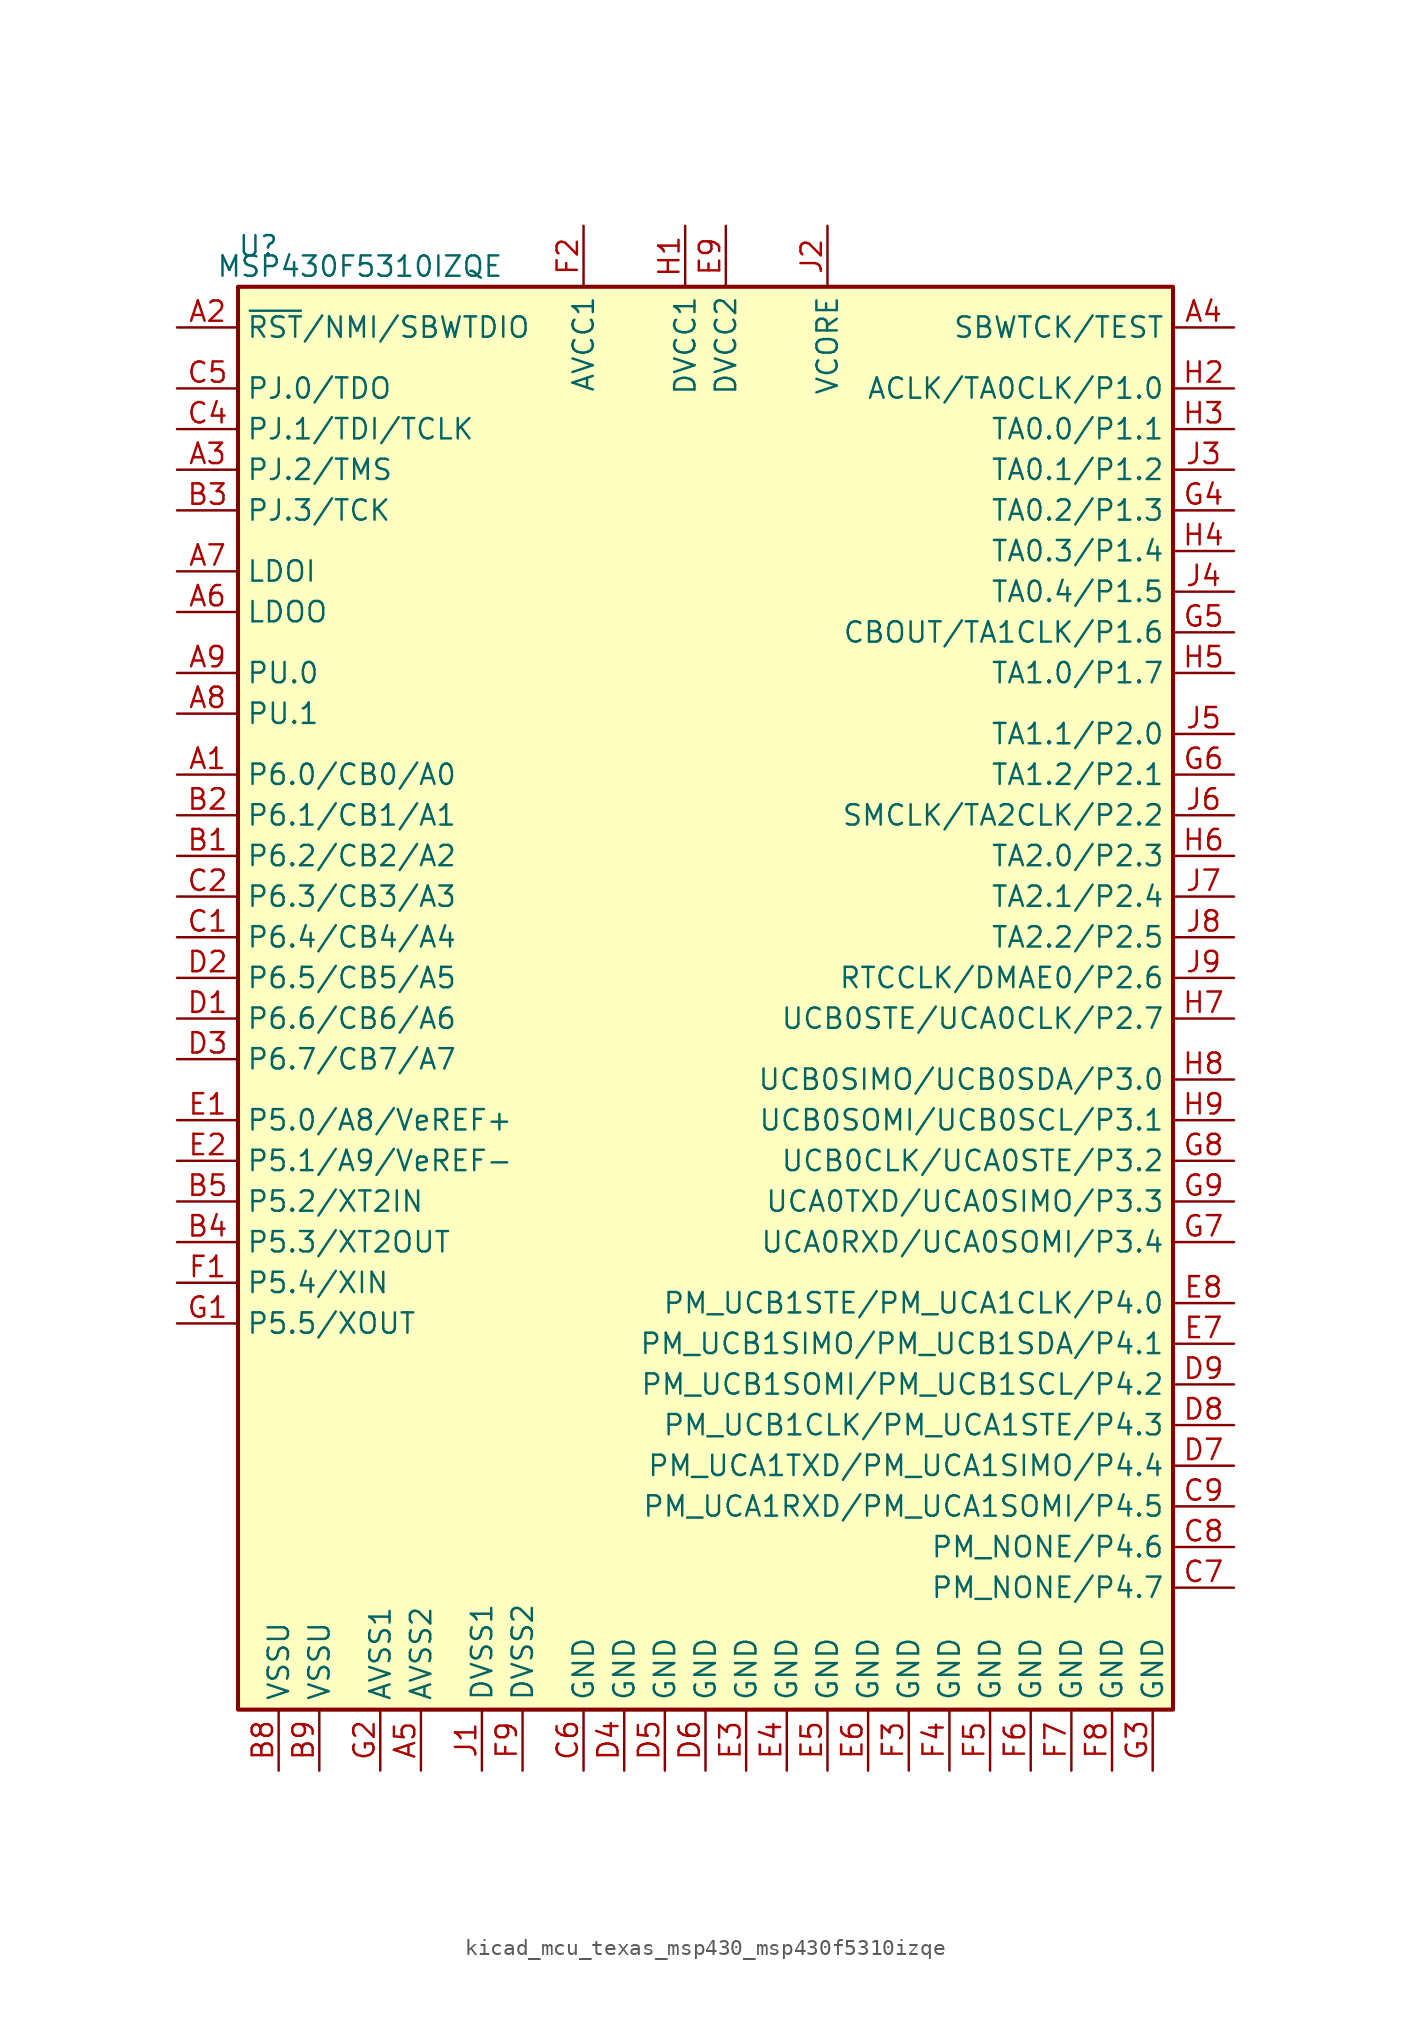
<source format=kicad_sym>
(kicad_symbol_lib
  (version 20220914)
  (generator kicad_symbol_editor)
  (symbol "kicad_mcu_texas_msp430_msp430f5310izqe"
    (property "Reference" "U"
      (at -27.94 46.99 0)
      (effects (font (size 1.27 1.27))))
    (property "Value" "MSP430F5310IZQE"
      (at -21.59 45.72 0)
      (effects (font (size 1.27 1.27))))
    (symbol "kicad_mcu_texas_msp430_msp430f5310izqe_0_1"
      (rectangle (start -29.21 44.45) (end 29.21 -44.45) (stroke (width 0.254) (type default)) (fill (type background))))
    (symbol "kicad_mcu_texas_msp430_msp430f5310izqe_1_1"
      (pin bidirectional line (at -33.02 13.97 0) (length 3.81) (name "P6.0/CB0/A0" (effects (font (size 1.27 1.27)))) (number "A1" (effects (font (size 1.27 1.27)))))
      (pin input line (at -33.02 41.91 0) (length 3.81) (name "~{RST}/NMI/SBWTDIO" (effects (font (size 1.27 1.27)))) (number "A2" (effects (font (size 1.27 1.27)))))
      (pin bidirectional line (at -33.02 33.02 0) (length 3.81) (name "PJ.2/TMS" (effects (font (size 1.27 1.27)))) (number "A3" (effects (font (size 1.27 1.27)))))
      (pin input line (at 33.02 41.91 180) (length 3.81) (name "SBWTCK/TEST" (effects (font (size 1.27 1.27)))) (number "A4" (effects (font (size 1.27 1.27)))))
      (pin power_in line (at -17.78 -48.26 90) (length 3.81) (name "AVSS2" (effects (font (size 1.27 1.27)))) (number "A5" (effects (font (size 1.27 1.27)))))
      (pin power_out line (at -33.02 24.13 0) (length 3.81) (name "LDOO" (effects (font (size 1.27 1.27)))) (number "A6" (effects (font (size 1.27 1.27)))))
      (pin power_in line (at -33.02 26.67 0) (length 3.81) (name "LDOI" (effects (font (size 1.27 1.27)))) (number "A7" (effects (font (size 1.27 1.27)))))
      (pin bidirectional line (at -33.02 17.78 0) (length 3.81) (name "PU.1" (effects (font (size 1.27 1.27)))) (number "A8" (effects (font (size 1.27 1.27)))))
      (pin bidirectional line (at -33.02 20.32 0) (length 3.81) (name "PU.0" (effects (font (size 1.27 1.27)))) (number "A9" (effects (font (size 1.27 1.27)))))
      (pin bidirectional line (at -33.02 8.89 0) (length 3.81) (name "P6.2/CB2/A2" (effects (font (size 1.27 1.27)))) (number "B1" (effects (font (size 1.27 1.27)))))
      (pin bidirectional line (at -33.02 11.43 0) (length 3.81) (name "P6.1/CB1/A1" (effects (font (size 1.27 1.27)))) (number "B2" (effects (font (size 1.27 1.27)))))
      (pin bidirectional line (at -33.02 30.48 0) (length 3.81) (name "PJ.3/TCK" (effects (font (size 1.27 1.27)))) (number "B3" (effects (font (size 1.27 1.27)))))
      (pin bidirectional line (at -33.02 -15.24 0) (length 3.81) (name "P5.3/XT2OUT" (effects (font (size 1.27 1.27)))) (number "B4" (effects (font (size 1.27 1.27)))))
      (pin bidirectional line (at -33.02 -12.7 0) (length 3.81) (name "P5.2/XT2IN" (effects (font (size 1.27 1.27)))) (number "B5" (effects (font (size 1.27 1.27)))))
      (pin power_in line (at -26.67 -48.26 90) (length 3.81) (name "VSSU" (effects (font (size 1.27 1.27)))) (number "B8" (effects (font (size 1.27 1.27)))))
      (pin power_in line (at -24.13 -48.26 90) (length 3.81) (name "VSSU" (effects (font (size 1.27 1.27)))) (number "B9" (effects (font (size 1.27 1.27)))))
      (pin bidirectional line (at -33.02 3.81 0) (length 3.81) (name "P6.4/CB4/A4" (effects (font (size 1.27 1.27)))) (number "C1" (effects (font (size 1.27 1.27)))))
      (pin bidirectional line (at -33.02 6.35 0) (length 3.81) (name "P6.3/CB3/A3" (effects (font (size 1.27 1.27)))) (number "C2" (effects (font (size 1.27 1.27)))))
      (pin bidirectional line (at -33.02 35.56 0) (length 3.81) (name "PJ.1/TDI/TCLK" (effects (font (size 1.27 1.27)))) (number "C4" (effects (font (size 1.27 1.27)))))
      (pin bidirectional line (at -33.02 38.1 0) (length 3.81) (name "PJ.0/TDO" (effects (font (size 1.27 1.27)))) (number "C5" (effects (font (size 1.27 1.27)))))
      (pin power_in line (at -7.62 -48.26 90) (length 3.81) (name "GND" (effects (font (size 1.27 1.27)))) (number "C6" (effects (font (size 1.27 1.27)))))
      (pin bidirectional line (at 33.02 -36.83 180) (length 3.81) (name "PM_NONE/P4.7" (effects (font (size 1.27 1.27)))) (number "C7" (effects (font (size 1.27 1.27)))))
      (pin bidirectional line (at 33.02 -34.29 180) (length 3.81) (name "PM_NONE/P4.6" (effects (font (size 1.27 1.27)))) (number "C8" (effects (font (size 1.27 1.27)))))
      (pin bidirectional line (at 33.02 -31.75 180) (length 3.81) (name "PM_UCA1RXD/PM_UCA1SOMI/P4.5" (effects (font (size 1.27 1.27)))) (number "C9" (effects (font (size 1.27 1.27)))))
      (pin bidirectional line (at -33.02 -1.27 0) (length 3.81) (name "P6.6/CB6/A6" (effects (font (size 1.27 1.27)))) (number "D1" (effects (font (size 1.27 1.27)))))
      (pin bidirectional line (at -33.02 1.27 0) (length 3.81) (name "P6.5/CB5/A5" (effects (font (size 1.27 1.27)))) (number "D2" (effects (font (size 1.27 1.27)))))
      (pin bidirectional line (at -33.02 -3.81 0) (length 3.81) (name "P6.7/CB7/A7" (effects (font (size 1.27 1.27)))) (number "D3" (effects (font (size 1.27 1.27)))))
      (pin power_in line (at -5.08 -48.26 90) (length 3.81) (name "GND" (effects (font (size 1.27 1.27)))) (number "D4" (effects (font (size 1.27 1.27)))))
      (pin power_in line (at -2.54 -48.26 90) (length 3.81) (name "GND" (effects (font (size 1.27 1.27)))) (number "D5" (effects (font (size 1.27 1.27)))))
      (pin power_in line (at 0 -48.26 90) (length 3.81) (name "GND" (effects (font (size 1.27 1.27)))) (number "D6" (effects (font (size 1.27 1.27)))))
      (pin bidirectional line (at 33.02 -29.21 180) (length 3.81) (name "PM_UCA1TXD/PM_UCA1SIMO/P4.4" (effects (font (size 1.27 1.27)))) (number "D7" (effects (font (size 1.27 1.27)))))
      (pin bidirectional line (at 33.02 -26.67 180) (length 3.81) (name "PM_UCB1CLK/PM_UCA1STE/P4.3" (effects (font (size 1.27 1.27)))) (number "D8" (effects (font (size 1.27 1.27)))))
      (pin bidirectional line (at 33.02 -24.13 180) (length 3.81) (name "PM_UCB1SOMI/PM_UCB1SCL/P4.2" (effects (font (size 1.27 1.27)))) (number "D9" (effects (font (size 1.27 1.27)))))
      (pin bidirectional line (at -33.02 -7.62 0) (length 3.81) (name "P5.0/A8/VeREF+" (effects (font (size 1.27 1.27)))) (number "E1" (effects (font (size 1.27 1.27)))))
      (pin bidirectional line (at -33.02 -10.16 0) (length 3.81) (name "P5.1/A9/VeREF-" (effects (font (size 1.27 1.27)))) (number "E2" (effects (font (size 1.27 1.27)))))
      (pin power_in line (at 2.54 -48.26 90) (length 3.81) (name "GND" (effects (font (size 1.27 1.27)))) (number "E3" (effects (font (size 1.27 1.27)))))
      (pin power_in line (at 5.08 -48.26 90) (length 3.81) (name "GND" (effects (font (size 1.27 1.27)))) (number "E4" (effects (font (size 1.27 1.27)))))
      (pin power_in line (at 7.62 -48.26 90) (length 3.81) (name "GND" (effects (font (size 1.27 1.27)))) (number "E5" (effects (font (size 1.27 1.27)))))
      (pin power_in line (at 10.16 -48.26 90) (length 3.81) (name "GND" (effects (font (size 1.27 1.27)))) (number "E6" (effects (font (size 1.27 1.27)))))
      (pin bidirectional line (at 33.02 -21.59 180) (length 3.81) (name "PM_UCB1SIMO/PM_UCB1SDA/P4.1" (effects (font (size 1.27 1.27)))) (number "E7" (effects (font (size 1.27 1.27)))))
      (pin bidirectional line (at 33.02 -19.05 180) (length 3.81) (name "PM_UCB1STE/PM_UCA1CLK/P4.0" (effects (font (size 1.27 1.27)))) (number "E8" (effects (font (size 1.27 1.27)))))
      (pin power_in line (at 1.27 48.26 270) (length 3.81) (name "DVCC2" (effects (font (size 1.27 1.27)))) (number "E9" (effects (font (size 1.27 1.27)))))
      (pin bidirectional line (at -33.02 -17.78 0) (length 3.81) (name "P5.4/XIN" (effects (font (size 1.27 1.27)))) (number "F1" (effects (font (size 1.27 1.27)))))
      (pin power_in line (at -7.62 48.26 270) (length 3.81) (name "AVCC1" (effects (font (size 1.27 1.27)))) (number "F2" (effects (font (size 1.27 1.27)))))
      (pin power_in line (at 12.7 -48.26 90) (length 3.81) (name "GND" (effects (font (size 1.27 1.27)))) (number "F3" (effects (font (size 1.27 1.27)))))
      (pin power_in line (at 15.24 -48.26 90) (length 3.81) (name "GND" (effects (font (size 1.27 1.27)))) (number "F4" (effects (font (size 1.27 1.27)))))
      (pin power_in line (at 17.78 -48.26 90) (length 3.81) (name "GND" (effects (font (size 1.27 1.27)))) (number "F5" (effects (font (size 1.27 1.27)))))
      (pin power_in line (at 20.32 -48.26 90) (length 3.81) (name "GND" (effects (font (size 1.27 1.27)))) (number "F6" (effects (font (size 1.27 1.27)))))
      (pin power_in line (at 22.86 -48.26 90) (length 3.81) (name "GND" (effects (font (size 1.27 1.27)))) (number "F7" (effects (font (size 1.27 1.27)))))
      (pin power_in line (at 25.4 -48.26 90) (length 3.81) (name "GND" (effects (font (size 1.27 1.27)))) (number "F8" (effects (font (size 1.27 1.27)))))
      (pin power_in line (at -11.43 -48.26 90) (length 3.81) (name "DVSS2" (effects (font (size 1.27 1.27)))) (number "F9" (effects (font (size 1.27 1.27)))))
      (pin bidirectional line (at -33.02 -20.32 0) (length 3.81) (name "P5.5/XOUT" (effects (font (size 1.27 1.27)))) (number "G1" (effects (font (size 1.27 1.27)))))
      (pin power_in line (at -20.32 -48.26 90) (length 3.81) (name "AVSS1" (effects (font (size 1.27 1.27)))) (number "G2" (effects (font (size 1.27 1.27)))))
      (pin power_in line (at 27.94 -48.26 90) (length 3.81) (name "GND" (effects (font (size 1.27 1.27)))) (number "G3" (effects (font (size 1.27 1.27)))))
      (pin bidirectional line (at 33.02 30.48 180) (length 3.81) (name "TA0.2/P1.3" (effects (font (size 1.27 1.27)))) (number "G4" (effects (font (size 1.27 1.27)))))
      (pin bidirectional line (at 33.02 22.86 180) (length 3.81) (name "CBOUT/TA1CLK/P1.6" (effects (font (size 1.27 1.27)))) (number "G5" (effects (font (size 1.27 1.27)))))
      (pin bidirectional line (at 33.02 13.97 180) (length 3.81) (name "TA1.2/P2.1" (effects (font (size 1.27 1.27)))) (number "G6" (effects (font (size 1.27 1.27)))))
      (pin bidirectional line (at 33.02 -15.24 180) (length 3.81) (name "UCA0RXD/UCA0SOMI/P3.4" (effects (font (size 1.27 1.27)))) (number "G7" (effects (font (size 1.27 1.27)))))
      (pin bidirectional line (at 33.02 -10.16 180) (length 3.81) (name "UCB0CLK/UCA0STE/P3.2" (effects (font (size 1.27 1.27)))) (number "G8" (effects (font (size 1.27 1.27)))))
      (pin bidirectional line (at 33.02 -12.7 180) (length 3.81) (name "UCA0TXD/UCA0SIMO/P3.3" (effects (font (size 1.27 1.27)))) (number "G9" (effects (font (size 1.27 1.27)))))
      (pin power_in line (at -1.27 48.26 270) (length 3.81) (name "DVCC1" (effects (font (size 1.27 1.27)))) (number "H1" (effects (font (size 1.27 1.27)))))
      (pin bidirectional line (at 33.02 38.1 180) (length 3.81) (name "ACLK/TA0CLK/P1.0" (effects (font (size 1.27 1.27)))) (number "H2" (effects (font (size 1.27 1.27)))))
      (pin bidirectional line (at 33.02 35.56 180) (length 3.81) (name "TA0.0/P1.1" (effects (font (size 1.27 1.27)))) (number "H3" (effects (font (size 1.27 1.27)))))
      (pin bidirectional line (at 33.02 27.94 180) (length 3.81) (name "TA0.3/P1.4" (effects (font (size 1.27 1.27)))) (number "H4" (effects (font (size 1.27 1.27)))))
      (pin bidirectional line (at 33.02 20.32 180) (length 3.81) (name "TA1.0/P1.7" (effects (font (size 1.27 1.27)))) (number "H5" (effects (font (size 1.27 1.27)))))
      (pin bidirectional line (at 33.02 8.89 180) (length 3.81) (name "TA2.0/P2.3" (effects (font (size 1.27 1.27)))) (number "H6" (effects (font (size 1.27 1.27)))))
      (pin bidirectional line (at 33.02 -1.27 180) (length 3.81) (name "UCB0STE/UCA0CLK/P2.7" (effects (font (size 1.27 1.27)))) (number "H7" (effects (font (size 1.27 1.27)))))
      (pin bidirectional line (at 33.02 -5.08 180) (length 3.81) (name "UCB0SIMO/UCB0SDA/P3.0" (effects (font (size 1.27 1.27)))) (number "H8" (effects (font (size 1.27 1.27)))))
      (pin bidirectional line (at 33.02 -7.62 180) (length 3.81) (name "UCB0SOMI/UCB0SCL/P3.1" (effects (font (size 1.27 1.27)))) (number "H9" (effects (font (size 1.27 1.27)))))
      (pin power_in line (at -13.97 -48.26 90) (length 3.81) (name "DVSS1" (effects (font (size 1.27 1.27)))) (number "J1" (effects (font (size 1.27 1.27)))))
      (pin bidirectional line (at 7.62 48.26 270) (length 3.81) (name "VCORE" (effects (font (size 1.27 1.27)))) (number "J2" (effects (font (size 1.27 1.27)))))
      (pin bidirectional line (at 33.02 33.02 180) (length 3.81) (name "TA0.1/P1.2" (effects (font (size 1.27 1.27)))) (number "J3" (effects (font (size 1.27 1.27)))))
      (pin bidirectional line (at 33.02 25.4 180) (length 3.81) (name "TA0.4/P1.5" (effects (font (size 1.27 1.27)))) (number "J4" (effects (font (size 1.27 1.27)))))
      (pin bidirectional line (at 33.02 16.51 180) (length 3.81) (name "TA1.1/P2.0" (effects (font (size 1.27 1.27)))) (number "J5" (effects (font (size 1.27 1.27)))))
      (pin bidirectional line (at 33.02 11.43 180) (length 3.81) (name "SMCLK/TA2CLK/P2.2" (effects (font (size 1.27 1.27)))) (number "J6" (effects (font (size 1.27 1.27)))))
      (pin bidirectional line (at 33.02 6.35 180) (length 3.81) (name "TA2.1/P2.4" (effects (font (size 1.27 1.27)))) (number "J7" (effects (font (size 1.27 1.27)))))
      (pin bidirectional line (at 33.02 3.81 180) (length 3.81) (name "TA2.2/P2.5" (effects (font (size 1.27 1.27)))) (number "J8" (effects (font (size 1.27 1.27)))))
      (pin bidirectional line (at 33.02 1.27 180) (length 3.81) (name "RTCCLK/DMAE0/P2.6" (effects (font (size 1.27 1.27)))) (number "J9" (effects (font (size 1.27 1.27))))))))
</source>
